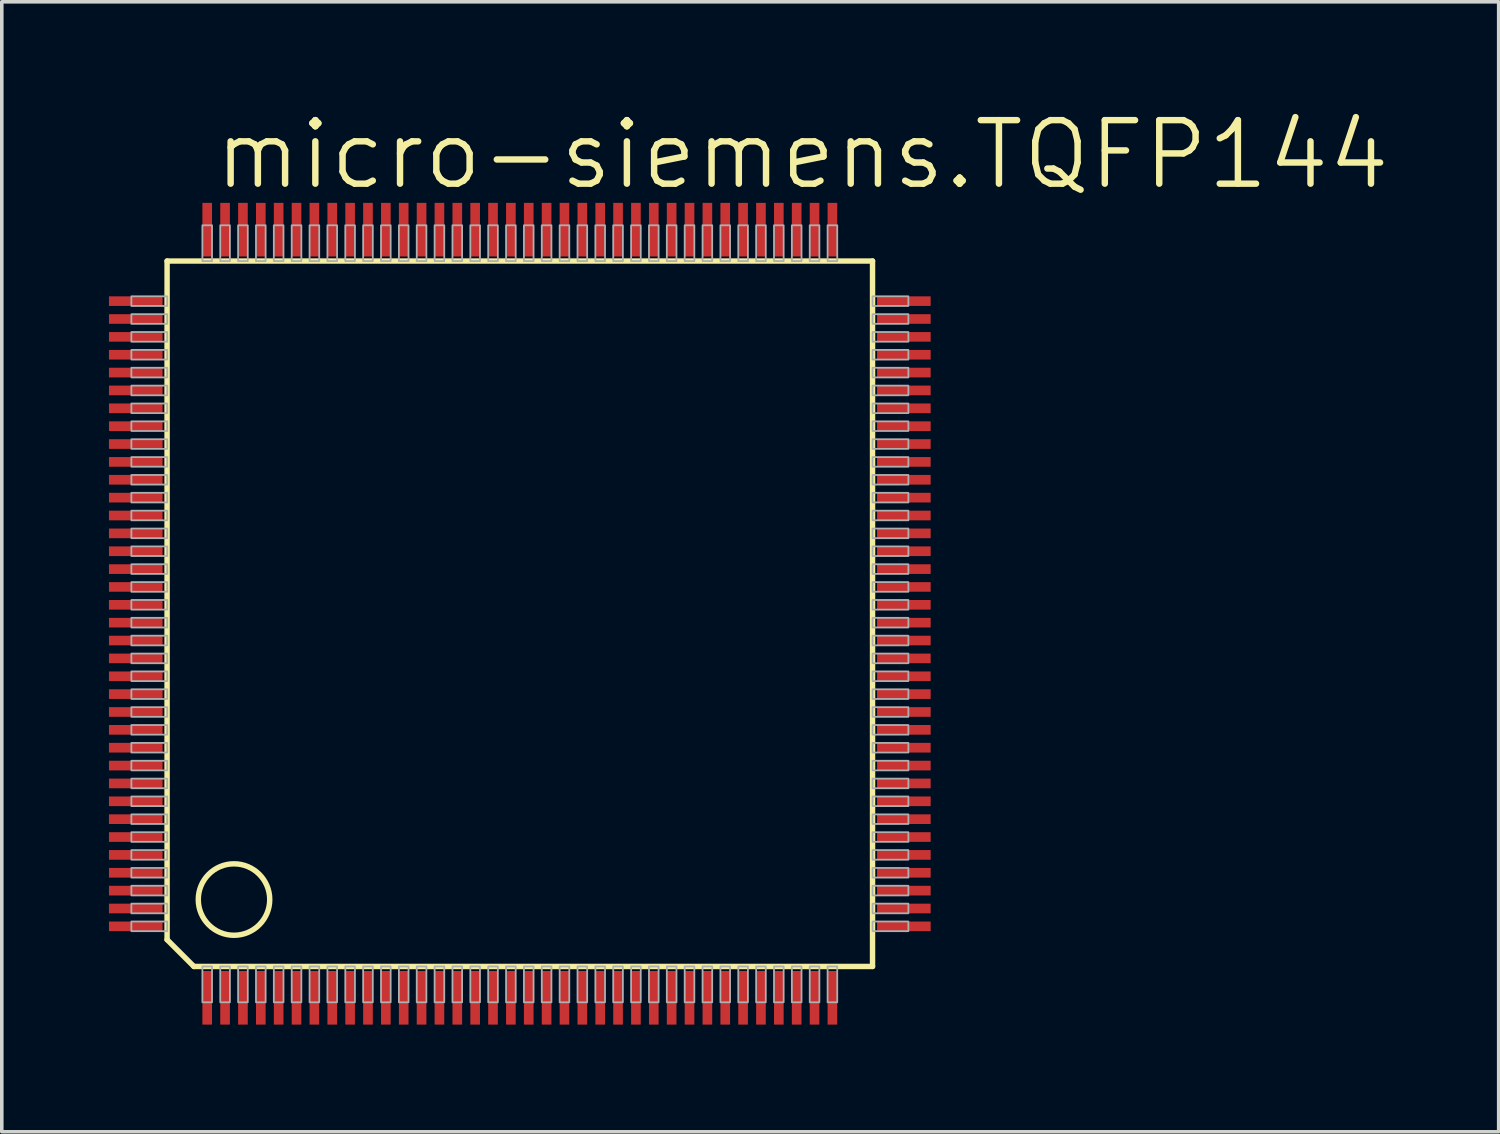
<source format=kicad_pcb>
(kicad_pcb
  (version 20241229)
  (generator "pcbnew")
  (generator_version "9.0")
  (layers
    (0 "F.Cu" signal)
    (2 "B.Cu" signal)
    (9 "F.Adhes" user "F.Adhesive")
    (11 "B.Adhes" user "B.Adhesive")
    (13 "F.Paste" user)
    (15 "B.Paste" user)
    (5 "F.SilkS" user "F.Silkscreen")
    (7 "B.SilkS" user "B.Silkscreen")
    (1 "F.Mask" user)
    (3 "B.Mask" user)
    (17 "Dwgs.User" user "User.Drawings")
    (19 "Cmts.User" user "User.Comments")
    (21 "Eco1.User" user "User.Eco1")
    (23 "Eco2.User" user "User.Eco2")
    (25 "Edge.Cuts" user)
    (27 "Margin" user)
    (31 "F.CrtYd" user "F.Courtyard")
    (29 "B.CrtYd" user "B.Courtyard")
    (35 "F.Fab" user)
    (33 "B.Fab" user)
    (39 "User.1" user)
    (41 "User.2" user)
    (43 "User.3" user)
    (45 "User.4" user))
  (footprint "micro-siemens.TQFP144"
    (layer "F.Cu")
    (at 11.5 14.129)
    (property "Reference" "micro-siemens.TQFP144" (at -8.636 -11.811 0) (layer "F.SilkS") (effects (font (size 1.778 1.778) (thickness 0.18)) (justify left bottom)))
    (attr smd)
    (fp_line (start -9.873 -9.873) (end 9.873 -9.873) (stroke (width 0.152) (type default)) (layer "F.SilkS"))
    (fp_line (start -9.873 9.123) (end -9.873 -9.873) (stroke (width 0.152) (type default)) (layer "F.SilkS"))
    (fp_line (start -9.123 9.873) (end -9.873 9.123) (stroke (width 0.152) (type default)) (layer "F.SilkS"))
    (fp_line (start 9.873 -9.873) (end 9.873 9.873) (stroke (width 0.152) (type default)) (layer "F.SilkS"))
    (fp_line (start 9.873 9.873) (end -9.123 9.873) (stroke (width 0.152) (type default)) (layer "F.SilkS"))
    (fp_circle (center -8 8) (end -7 8) (stroke (width 0.152) (type default)) (fill no) (layer "F.SilkS"))
    (fp_rect (start -10.873 -8.615) (end -9.87 -8.885) (stroke (width 0.05) (type default)) (fill no) (layer "F.Fab"))
    (fp_rect (start -10.873 -8.115) (end -9.87 -8.385) (stroke (width 0.05) (type default)) (fill no) (layer "F.Fab"))
    (fp_rect (start -10.873 -7.615) (end -9.87 -7.885) (stroke (width 0.05) (type default)) (fill no) (layer "F.Fab"))
    (fp_rect (start -10.873 -7.115) (end -9.87 -7.385) (stroke (width 0.05) (type default)) (fill no) (layer "F.Fab"))
    (fp_rect (start -10.873 -6.615) (end -9.87 -6.885) (stroke (width 0.05) (type default)) (fill no) (layer "F.Fab"))
    (fp_rect (start -10.873 -6.115) (end -9.87 -6.385) (stroke (width 0.05) (type default)) (fill no) (layer "F.Fab"))
    (fp_rect (start -10.873 -5.615) (end -9.87 -5.885) (stroke (width 0.05) (type default)) (fill no) (layer "F.Fab"))
    (fp_rect (start -10.873 -5.115) (end -9.87 -5.385) (stroke (width 0.05) (type default)) (fill no) (layer "F.Fab"))
    (fp_rect (start -10.873 -4.615) (end -9.87 -4.885) (stroke (width 0.05) (type default)) (fill no) (layer "F.Fab"))
    (fp_rect (start -10.873 -4.115) (end -9.87 -4.385) (stroke (width 0.05) (type default)) (fill no) (layer "F.Fab"))
    (fp_rect (start -10.873 -3.615) (end -9.87 -3.885) (stroke (width 0.05) (type default)) (fill no) (layer "F.Fab"))
    (fp_rect (start -10.873 -3.115) (end -9.87 -3.385) (stroke (width 0.05) (type default)) (fill no) (layer "F.Fab"))
    (fp_rect (start -10.873 -2.615) (end -9.87 -2.885) (stroke (width 0.05) (type default)) (fill no) (layer "F.Fab"))
    (fp_rect (start -10.873 -2.115) (end -9.87 -2.385) (stroke (width 0.05) (type default)) (fill no) (layer "F.Fab"))
    (fp_rect (start -10.873 -1.615) (end -9.87 -1.885) (stroke (width 0.05) (type default)) (fill no) (layer "F.Fab"))
    (fp_rect (start -10.873 -1.115) (end -9.87 -1.385) (stroke (width 0.05) (type default)) (fill no) (layer "F.Fab"))
    (fp_rect (start -10.873 -0.615) (end -9.87 -0.885) (stroke (width 0.05) (type default)) (fill no) (layer "F.Fab"))
    (fp_rect (start -10.873 -0.115) (end -9.87 -0.385) (stroke (width 0.05) (type default)) (fill no) (layer "F.Fab"))
    (fp_rect (start -10.873 0.385) (end -9.87 0.115) (stroke (width 0.05) (type default)) (fill no) (layer "F.Fab"))
    (fp_rect (start -10.873 0.885) (end -9.87 0.615) (stroke (width 0.05) (type default)) (fill no) (layer "F.Fab"))
    (fp_rect (start -10.873 1.385) (end -9.87 1.115) (stroke (width 0.05) (type default)) (fill no) (layer "F.Fab"))
    (fp_rect (start -10.873 1.885) (end -9.87 1.615) (stroke (width 0.05) (type default)) (fill no) (layer "F.Fab"))
    (fp_rect (start -10.873 2.385) (end -9.87 2.115) (stroke (width 0.05) (type default)) (fill no) (layer "F.Fab"))
    (fp_rect (start -10.873 2.885) (end -9.87 2.615) (stroke (width 0.05) (type default)) (fill no) (layer "F.Fab"))
    (fp_rect (start -10.873 3.385) (end -9.87 3.115) (stroke (width 0.05) (type default)) (fill no) (layer "F.Fab"))
    (fp_rect (start -10.873 3.885) (end -9.87 3.615) (stroke (width 0.05) (type default)) (fill no) (layer "F.Fab"))
    (fp_rect (start -10.873 4.385) (end -9.87 4.115) (stroke (width 0.05) (type default)) (fill no) (layer "F.Fab"))
    (fp_rect (start -10.873 4.885) (end -9.87 4.615) (stroke (width 0.05) (type default)) (fill no) (layer "F.Fab"))
    (fp_rect (start -10.873 5.385) (end -9.87 5.115) (stroke (width 0.05) (type default)) (fill no) (layer "F.Fab"))
    (fp_rect (start -10.873 5.885) (end -9.87 5.615) (stroke (width 0.05) (type default)) (fill no) (layer "F.Fab"))
    (fp_rect (start -10.873 6.385) (end -9.87 6.115) (stroke (width 0.05) (type default)) (fill no) (layer "F.Fab"))
    (fp_rect (start -10.873 6.885) (end -9.87 6.615) (stroke (width 0.05) (type default)) (fill no) (layer "F.Fab"))
    (fp_rect (start -10.873 7.385) (end -9.87 7.115) (stroke (width 0.05) (type default)) (fill no) (layer "F.Fab"))
    (fp_rect (start -10.873 7.885) (end -9.87 7.615) (stroke (width 0.05) (type default)) (fill no) (layer "F.Fab"))
    (fp_rect (start -10.873 8.385) (end -9.87 8.115) (stroke (width 0.05) (type default)) (fill no) (layer "F.Fab"))
    (fp_rect (start -10.873 8.885) (end -9.87 8.615) (stroke (width 0.05) (type default)) (fill no) (layer "F.Fab"))
    (fp_rect (start -8.885 -9.87) (end -8.615 -10.873) (stroke (width 0.05) (type default)) (fill no) (layer "F.Fab"))
    (fp_rect (start -8.885 10.876) (end -8.615 9.873) (stroke (width 0.05) (type default)) (fill no) (layer "F.Fab"))
    (fp_rect (start -8.385 -9.87) (end -8.115 -10.873) (stroke (width 0.05) (type default)) (fill no) (layer "F.Fab"))
    (fp_rect (start -8.385 10.876) (end -8.115 9.873) (stroke (width 0.05) (type default)) (fill no) (layer "F.Fab"))
    (fp_rect (start -7.885 -9.87) (end -7.615 -10.873) (stroke (width 0.05) (type default)) (fill no) (layer "F.Fab"))
    (fp_rect (start -7.885 10.876) (end -7.615 9.873) (stroke (width 0.05) (type default)) (fill no) (layer "F.Fab"))
    (fp_rect (start -7.385 -9.87) (end -7.115 -10.873) (stroke (width 0.05) (type default)) (fill no) (layer "F.Fab"))
    (fp_rect (start -7.385 10.876) (end -7.115 9.873) (stroke (width 0.05) (type default)) (fill no) (layer "F.Fab"))
    (fp_rect (start -6.885 -9.87) (end -6.615 -10.873) (stroke (width 0.05) (type default)) (fill no) (layer "F.Fab"))
    (fp_rect (start -6.885 10.876) (end -6.615 9.873) (stroke (width 0.05) (type default)) (fill no) (layer "F.Fab"))
    (fp_rect (start -6.385 -9.87) (end -6.115 -10.873) (stroke (width 0.05) (type default)) (fill no) (layer "F.Fab"))
    (fp_rect (start -6.385 10.876) (end -6.115 9.873) (stroke (width 0.05) (type default)) (fill no) (layer "F.Fab"))
    (fp_rect (start -5.885 -9.87) (end -5.615 -10.873) (stroke (width 0.05) (type default)) (fill no) (layer "F.Fab"))
    (fp_rect (start -5.885 10.876) (end -5.615 9.873) (stroke (width 0.05) (type default)) (fill no) (layer "F.Fab"))
    (fp_rect (start -5.385 -9.87) (end -5.115 -10.873) (stroke (width 0.05) (type default)) (fill no) (layer "F.Fab"))
    (fp_rect (start -5.385 10.876) (end -5.115 9.873) (stroke (width 0.05) (type default)) (fill no) (layer "F.Fab"))
    (fp_rect (start -4.885 -9.87) (end -4.615 -10.873) (stroke (width 0.05) (type default)) (fill no) (layer "F.Fab"))
    (fp_rect (start -4.885 10.876) (end -4.615 9.873) (stroke (width 0.05) (type default)) (fill no) (layer "F.Fab"))
    (fp_rect (start -4.385 -9.87) (end -4.115 -10.873) (stroke (width 0.05) (type default)) (fill no) (layer "F.Fab"))
    (fp_rect (start -4.385 10.876) (end -4.115 9.873) (stroke (width 0.05) (type default)) (fill no) (layer "F.Fab"))
    (fp_rect (start -3.885 -9.87) (end -3.615 -10.873) (stroke (width 0.05) (type default)) (fill no) (layer "F.Fab"))
    (fp_rect (start -3.885 10.876) (end -3.615 9.873) (stroke (width 0.05) (type default)) (fill no) (layer "F.Fab"))
    (fp_rect (start -3.385 -9.87) (end -3.115 -10.873) (stroke (width 0.05) (type default)) (fill no) (layer "F.Fab"))
    (fp_rect (start -3.385 10.876) (end -3.115 9.873) (stroke (width 0.05) (type default)) (fill no) (layer "F.Fab"))
    (fp_rect (start -2.885 -9.87) (end -2.615 -10.873) (stroke (width 0.05) (type default)) (fill no) (layer "F.Fab"))
    (fp_rect (start -2.885 10.876) (end -2.615 9.873) (stroke (width 0.05) (type default)) (fill no) (layer "F.Fab"))
    (fp_rect (start -2.385 -9.87) (end -2.115 -10.873) (stroke (width 0.05) (type default)) (fill no) (layer "F.Fab"))
    (fp_rect (start -2.385 10.876) (end -2.115 9.873) (stroke (width 0.05) (type default)) (fill no) (layer "F.Fab"))
    (fp_rect (start -1.885 -9.87) (end -1.615 -10.873) (stroke (width 0.05) (type default)) (fill no) (layer "F.Fab"))
    (fp_rect (start -1.885 10.876) (end -1.615 9.873) (stroke (width 0.05) (type default)) (fill no) (layer "F.Fab"))
    (fp_rect (start -1.385 -9.87) (end -1.115 -10.873) (stroke (width 0.05) (type default)) (fill no) (layer "F.Fab"))
    (fp_rect (start -1.385 10.876) (end -1.115 9.873) (stroke (width 0.05) (type default)) (fill no) (layer "F.Fab"))
    (fp_rect (start -0.885 -9.87) (end -0.615 -10.873) (stroke (width 0.05) (type default)) (fill no) (layer "F.Fab"))
    (fp_rect (start -0.885 10.876) (end -0.615 9.873) (stroke (width 0.05) (type default)) (fill no) (layer "F.Fab"))
    (fp_rect (start -0.385 -9.87) (end -0.115 -10.873) (stroke (width 0.05) (type default)) (fill no) (layer "F.Fab"))
    (fp_rect (start -0.385 10.876) (end -0.115 9.873) (stroke (width 0.05) (type default)) (fill no) (layer "F.Fab"))
    (fp_rect (start 0.115 -9.87) (end 0.385 -10.873) (stroke (width 0.05) (type default)) (fill no) (layer "F.Fab"))
    (fp_rect (start 0.115 10.876) (end 0.385 9.873) (stroke (width 0.05) (type default)) (fill no) (layer "F.Fab"))
    (fp_rect (start 0.615 -9.87) (end 0.885 -10.873) (stroke (width 0.05) (type default)) (fill no) (layer "F.Fab"))
    (fp_rect (start 0.615 10.876) (end 0.885 9.873) (stroke (width 0.05) (type default)) (fill no) (layer "F.Fab"))
    (fp_rect (start 1.115 -9.87) (end 1.385 -10.873) (stroke (width 0.05) (type default)) (fill no) (layer "F.Fab"))
    (fp_rect (start 1.115 10.876) (end 1.385 9.873) (stroke (width 0.05) (type default)) (fill no) (layer "F.Fab"))
    (fp_rect (start 1.615 -9.87) (end 1.885 -10.873) (stroke (width 0.05) (type default)) (fill no) (layer "F.Fab"))
    (fp_rect (start 1.615 10.876) (end 1.885 9.873) (stroke (width 0.05) (type default)) (fill no) (layer "F.Fab"))
    (fp_rect (start 2.115 -9.87) (end 2.385 -10.873) (stroke (width 0.05) (type default)) (fill no) (layer "F.Fab"))
    (fp_rect (start 2.115 10.876) (end 2.385 9.873) (stroke (width 0.05) (type default)) (fill no) (layer "F.Fab"))
    (fp_rect (start 2.615 -9.87) (end 2.885 -10.873) (stroke (width 0.05) (type default)) (fill no) (layer "F.Fab"))
    (fp_rect (start 2.615 10.876) (end 2.885 9.873) (stroke (width 0.05) (type default)) (fill no) (layer "F.Fab"))
    (fp_rect (start 3.115 -9.87) (end 3.385 -10.873) (stroke (width 0.05) (type default)) (fill no) (layer "F.Fab"))
    (fp_rect (start 3.115 10.876) (end 3.385 9.873) (stroke (width 0.05) (type default)) (fill no) (layer "F.Fab"))
    (fp_rect (start 3.615 -9.87) (end 3.885 -10.873) (stroke (width 0.05) (type default)) (fill no) (layer "F.Fab"))
    (fp_rect (start 3.615 10.876) (end 3.885 9.873) (stroke (width 0.05) (type default)) (fill no) (layer "F.Fab"))
    (fp_rect (start 4.115 -9.87) (end 4.385 -10.873) (stroke (width 0.05) (type default)) (fill no) (layer "F.Fab"))
    (fp_rect (start 4.115 10.876) (end 4.385 9.873) (stroke (width 0.05) (type default)) (fill no) (layer "F.Fab"))
    (fp_rect (start 4.615 -9.87) (end 4.885 -10.873) (stroke (width 0.05) (type default)) (fill no) (layer "F.Fab"))
    (fp_rect (start 4.615 10.876) (end 4.885 9.873) (stroke (width 0.05) (type default)) (fill no) (layer "F.Fab"))
    (fp_rect (start 5.115 -9.87) (end 5.385 -10.873) (stroke (width 0.05) (type default)) (fill no) (layer "F.Fab"))
    (fp_rect (start 5.115 10.876) (end 5.385 9.873) (stroke (width 0.05) (type default)) (fill no) (layer "F.Fab"))
    (fp_rect (start 5.615 -9.87) (end 5.885 -10.873) (stroke (width 0.05) (type default)) (fill no) (layer "F.Fab"))
    (fp_rect (start 5.615 10.876) (end 5.885 9.873) (stroke (width 0.05) (type default)) (fill no) (layer "F.Fab"))
    (fp_rect (start 6.115 -9.87) (end 6.385 -10.873) (stroke (width 0.05) (type default)) (fill no) (layer "F.Fab"))
    (fp_rect (start 6.115 10.876) (end 6.385 9.873) (stroke (width 0.05) (type default)) (fill no) (layer "F.Fab"))
    (fp_rect (start 6.615 -9.87) (end 6.885 -10.873) (stroke (width 0.05) (type default)) (fill no) (layer "F.Fab"))
    (fp_rect (start 6.615 10.876) (end 6.885 9.873) (stroke (width 0.05) (type default)) (fill no) (layer "F.Fab"))
    (fp_rect (start 7.115 -9.87) (end 7.385 -10.873) (stroke (width 0.05) (type default)) (fill no) (layer "F.Fab"))
    (fp_rect (start 7.115 10.876) (end 7.385 9.873) (stroke (width 0.05) (type default)) (fill no) (layer "F.Fab"))
    (fp_rect (start 7.615 -9.87) (end 7.885 -10.873) (stroke (width 0.05) (type default)) (fill no) (layer "F.Fab"))
    (fp_rect (start 7.615 10.876) (end 7.885 9.873) (stroke (width 0.05) (type default)) (fill no) (layer "F.Fab"))
    (fp_rect (start 8.115 -9.87) (end 8.385 -10.873) (stroke (width 0.05) (type default)) (fill no) (layer "F.Fab"))
    (fp_rect (start 8.115 10.876) (end 8.385 9.873) (stroke (width 0.05) (type default)) (fill no) (layer "F.Fab"))
    (fp_rect (start 8.615 -9.87) (end 8.885 -10.873) (stroke (width 0.05) (type default)) (fill no) (layer "F.Fab"))
    (fp_rect (start 8.615 10.876) (end 8.885 9.873) (stroke (width 0.05) (type default)) (fill no) (layer "F.Fab"))
    (fp_rect (start 9.873 -8.615) (end 10.876 -8.885) (stroke (width 0.05) (type default)) (fill no) (layer "F.Fab"))
    (fp_rect (start 9.873 -8.115) (end 10.876 -8.385) (stroke (width 0.05) (type default)) (fill no) (layer "F.Fab"))
    (fp_rect (start 9.873 -7.615) (end 10.876 -7.885) (stroke (width 0.05) (type default)) (fill no) (layer "F.Fab"))
    (fp_rect (start 9.873 -7.115) (end 10.876 -7.385) (stroke (width 0.05) (type default)) (fill no) (layer "F.Fab"))
    (fp_rect (start 9.873 -6.615) (end 10.876 -6.885) (stroke (width 0.05) (type default)) (fill no) (layer "F.Fab"))
    (fp_rect (start 9.873 -6.115) (end 10.876 -6.385) (stroke (width 0.05) (type default)) (fill no) (layer "F.Fab"))
    (fp_rect (start 9.873 -5.615) (end 10.876 -5.885) (stroke (width 0.05) (type default)) (fill no) (layer "F.Fab"))
    (fp_rect (start 9.873 -5.115) (end 10.876 -5.385) (stroke (width 0.05) (type default)) (fill no) (layer "F.Fab"))
    (fp_rect (start 9.873 -4.615) (end 10.876 -4.885) (stroke (width 0.05) (type default)) (fill no) (layer "F.Fab"))
    (fp_rect (start 9.873 -4.115) (end 10.876 -4.385) (stroke (width 0.05) (type default)) (fill no) (layer "F.Fab"))
    (fp_rect (start 9.873 -3.615) (end 10.876 -3.885) (stroke (width 0.05) (type default)) (fill no) (layer "F.Fab"))
    (fp_rect (start 9.873 -3.115) (end 10.876 -3.385) (stroke (width 0.05) (type default)) (fill no) (layer "F.Fab"))
    (fp_rect (start 9.873 -2.615) (end 10.876 -2.885) (stroke (width 0.05) (type default)) (fill no) (layer "F.Fab"))
    (fp_rect (start 9.873 -2.115) (end 10.876 -2.385) (stroke (width 0.05) (type default)) (fill no) (layer "F.Fab"))
    (fp_rect (start 9.873 -1.615) (end 10.876 -1.885) (stroke (width 0.05) (type default)) (fill no) (layer "F.Fab"))
    (fp_rect (start 9.873 -1.115) (end 10.876 -1.385) (stroke (width 0.05) (type default)) (fill no) (layer "F.Fab"))
    (fp_rect (start 9.873 -0.615) (end 10.876 -0.885) (stroke (width 0.05) (type default)) (fill no) (layer "F.Fab"))
    (fp_rect (start 9.873 -0.115) (end 10.876 -0.385) (stroke (width 0.05) (type default)) (fill no) (layer "F.Fab"))
    (fp_rect (start 9.873 0.385) (end 10.876 0.115) (stroke (width 0.05) (type default)) (fill no) (layer "F.Fab"))
    (fp_rect (start 9.873 0.885) (end 10.876 0.615) (stroke (width 0.05) (type default)) (fill no) (layer "F.Fab"))
    (fp_rect (start 9.873 1.385) (end 10.876 1.115) (stroke (width 0.05) (type default)) (fill no) (layer "F.Fab"))
    (fp_rect (start 9.873 1.885) (end 10.876 1.615) (stroke (width 0.05) (type default)) (fill no) (layer "F.Fab"))
    (fp_rect (start 9.873 2.385) (end 10.876 2.115) (stroke (width 0.05) (type default)) (fill no) (layer "F.Fab"))
    (fp_rect (start 9.873 2.885) (end 10.876 2.615) (stroke (width 0.05) (type default)) (fill no) (layer "F.Fab"))
    (fp_rect (start 9.873 3.385) (end 10.876 3.115) (stroke (width 0.05) (type default)) (fill no) (layer "F.Fab"))
    (fp_rect (start 9.873 3.885) (end 10.876 3.615) (stroke (width 0.05) (type default)) (fill no) (layer "F.Fab"))
    (fp_rect (start 9.873 4.385) (end 10.876 4.115) (stroke (width 0.05) (type default)) (fill no) (layer "F.Fab"))
    (fp_rect (start 9.873 4.885) (end 10.876 4.615) (stroke (width 0.05) (type default)) (fill no) (layer "F.Fab"))
    (fp_rect (start 9.873 5.385) (end 10.876 5.115) (stroke (width 0.05) (type default)) (fill no) (layer "F.Fab"))
    (fp_rect (start 9.873 5.885) (end 10.876 5.615) (stroke (width 0.05) (type default)) (fill no) (layer "F.Fab"))
    (fp_rect (start 9.873 6.385) (end 10.876 6.115) (stroke (width 0.05) (type default)) (fill no) (layer "F.Fab"))
    (fp_rect (start 9.873 6.885) (end 10.876 6.615) (stroke (width 0.05) (type default)) (fill no) (layer "F.Fab"))
    (fp_rect (start 9.873 7.385) (end 10.876 7.115) (stroke (width 0.05) (type default)) (fill no) (layer "F.Fab"))
    (fp_rect (start 9.873 7.885) (end 10.876 7.615) (stroke (width 0.05) (type default)) (fill no) (layer "F.Fab"))
    (fp_rect (start 9.873 8.385) (end 10.876 8.115) (stroke (width 0.05) (type default)) (fill no) (layer "F.Fab"))
    (fp_rect (start 9.873 8.885) (end 10.876 8.615) (stroke (width 0.05) (type default)) (fill no) (layer "F.Fab"))
    (pad "1" smd roundrect (at -8.75 10.75) (size 0.27 1.5) (layers "F.Cu" "F.Mask" "F.Paste") (roundrect_rratio 0.01))
    (pad "2" smd roundrect (at -8.25 10.75) (size 0.27 1.5) (layers "F.Cu" "F.Mask" "F.Paste") (roundrect_rratio 0.01))
    (pad "3" smd roundrect (at -7.75 10.75) (size 0.27 1.5) (layers "F.Cu" "F.Mask" "F.Paste") (roundrect_rratio 0.01))
    (pad "4" smd roundrect (at -7.25 10.75) (size 0.27 1.5) (layers "F.Cu" "F.Mask" "F.Paste") (roundrect_rratio 0.01))
    (pad "5" smd roundrect (at -6.75 10.75) (size 0.27 1.5) (layers "F.Cu" "F.Mask" "F.Paste") (roundrect_rratio 0.01))
    (pad "6" smd roundrect (at -6.25 10.75) (size 0.27 1.5) (layers "F.Cu" "F.Mask" "F.Paste") (roundrect_rratio 0.01))
    (pad "7" smd roundrect (at -5.75 10.75) (size 0.27 1.5) (layers "F.Cu" "F.Mask" "F.Paste") (roundrect_rratio 0.01))
    (pad "8" smd roundrect (at -5.25 10.75) (size 0.27 1.5) (layers "F.Cu" "F.Mask" "F.Paste") (roundrect_rratio 0.01))
    (pad "9" smd roundrect (at -4.75 10.75) (size 0.27 1.5) (layers "F.Cu" "F.Mask" "F.Paste") (roundrect_rratio 0.01))
    (pad "10" smd roundrect (at -4.25 10.75) (size 0.27 1.5) (layers "F.Cu" "F.Mask" "F.Paste") (roundrect_rratio 0.01))
    (pad "11" smd roundrect (at -3.75 10.75) (size 0.27 1.5) (layers "F.Cu" "F.Mask" "F.Paste") (roundrect_rratio 0.01))
    (pad "12" smd roundrect (at -3.25 10.75) (size 0.27 1.5) (layers "F.Cu" "F.Mask" "F.Paste") (roundrect_rratio 0.01))
    (pad "13" smd roundrect (at -2.75 10.75) (size 0.27 1.5) (layers "F.Cu" "F.Mask" "F.Paste") (roundrect_rratio 0.01))
    (pad "14" smd roundrect (at -2.25 10.75) (size 0.27 1.5) (layers "F.Cu" "F.Mask" "F.Paste") (roundrect_rratio 0.01))
    (pad "15" smd roundrect (at -1.75 10.75) (size 0.27 1.5) (layers "F.Cu" "F.Mask" "F.Paste") (roundrect_rratio 0.01))
    (pad "16" smd roundrect (at -1.25 10.75) (size 0.27 1.5) (layers "F.Cu" "F.Mask" "F.Paste") (roundrect_rratio 0.01))
    (pad "17" smd roundrect (at -0.75 10.75) (size 0.27 1.5) (layers "F.Cu" "F.Mask" "F.Paste") (roundrect_rratio 0.01))
    (pad "18" smd roundrect (at -0.25 10.75) (size 0.27 1.5) (layers "F.Cu" "F.Mask" "F.Paste") (roundrect_rratio 0.01))
    (pad "19" smd roundrect (at 0.25 10.75) (size 0.27 1.5) (layers "F.Cu" "F.Mask" "F.Paste") (roundrect_rratio 0.01))
    (pad "20" smd roundrect (at 0.75 10.75) (size 0.27 1.5) (layers "F.Cu" "F.Mask" "F.Paste") (roundrect_rratio 0.01))
    (pad "21" smd roundrect (at 1.25 10.75) (size 0.27 1.5) (layers "F.Cu" "F.Mask" "F.Paste") (roundrect_rratio 0.01))
    (pad "22" smd roundrect (at 1.75 10.75) (size 0.27 1.5) (layers "F.Cu" "F.Mask" "F.Paste") (roundrect_rratio 0.01))
    (pad "23" smd roundrect (at 2.25 10.75) (size 0.27 1.5) (layers "F.Cu" "F.Mask" "F.Paste") (roundrect_rratio 0.01))
    (pad "24" smd roundrect (at 2.75 10.75) (size 0.27 1.5) (layers "F.Cu" "F.Mask" "F.Paste") (roundrect_rratio 0.01))
    (pad "25" smd roundrect (at 3.25 10.75) (size 0.27 1.5) (layers "F.Cu" "F.Mask" "F.Paste") (roundrect_rratio 0.01))
    (pad "26" smd roundrect (at 3.75 10.75) (size 0.27 1.5) (layers "F.Cu" "F.Mask" "F.Paste") (roundrect_rratio 0.01))
    (pad "27" smd roundrect (at 4.25 10.75) (size 0.27 1.5) (layers "F.Cu" "F.Mask" "F.Paste") (roundrect_rratio 0.01))
    (pad "28" smd roundrect (at 4.75 10.75) (size 0.27 1.5) (layers "F.Cu" "F.Mask" "F.Paste") (roundrect_rratio 0.01))
    (pad "29" smd roundrect (at 5.25 10.75) (size 0.27 1.5) (layers "F.Cu" "F.Mask" "F.Paste") (roundrect_rratio 0.01))
    (pad "30" smd roundrect (at 5.75 10.75) (size 0.27 1.5) (layers "F.Cu" "F.Mask" "F.Paste") (roundrect_rratio 0.01))
    (pad "31" smd roundrect (at 6.25 10.75) (size 0.27 1.5) (layers "F.Cu" "F.Mask" "F.Paste") (roundrect_rratio 0.01))
    (pad "32" smd roundrect (at 6.75 10.75) (size 0.27 1.5) (layers "F.Cu" "F.Mask" "F.Paste") (roundrect_rratio 0.01))
    (pad "33" smd roundrect (at 7.25 10.75) (size 0.27 1.5) (layers "F.Cu" "F.Mask" "F.Paste") (roundrect_rratio 0.01))
    (pad "34" smd roundrect (at 7.75 10.75) (size 0.27 1.5) (layers "F.Cu" "F.Mask" "F.Paste") (roundrect_rratio 0.01))
    (pad "35" smd roundrect (at 8.25 10.75) (size 0.27 1.5) (layers "F.Cu" "F.Mask" "F.Paste") (roundrect_rratio 0.01))
    (pad "36" smd roundrect (at 8.75 10.75) (size 0.27 1.5) (layers "F.Cu" "F.Mask" "F.Paste") (roundrect_rratio 0.01))
    (pad "37" smd roundrect (at 10.75 8.75) (size 1.5 0.27) (layers "F.Cu" "F.Mask" "F.Paste") (roundrect_rratio 0.01))
    (pad "38" smd roundrect (at 10.75 8.25) (size 1.5 0.27) (layers "F.Cu" "F.Mask" "F.Paste") (roundrect_rratio 0.01))
    (pad "39" smd roundrect (at 10.75 7.75) (size 1.5 0.27) (layers "F.Cu" "F.Mask" "F.Paste") (roundrect_rratio 0.01))
    (pad "40" smd roundrect (at 10.75 7.25) (size 1.5 0.27) (layers "F.Cu" "F.Mask" "F.Paste") (roundrect_rratio 0.01))
    (pad "41" smd roundrect (at 10.75 6.75) (size 1.5 0.27) (layers "F.Cu" "F.Mask" "F.Paste") (roundrect_rratio 0.01))
    (pad "42" smd roundrect (at 10.75 6.25) (size 1.5 0.27) (layers "F.Cu" "F.Mask" "F.Paste") (roundrect_rratio 0.01))
    (pad "43" smd roundrect (at 10.75 5.75) (size 1.5 0.27) (layers "F.Cu" "F.Mask" "F.Paste") (roundrect_rratio 0.01))
    (pad "44" smd roundrect (at 10.75 5.25) (size 1.5 0.27) (layers "F.Cu" "F.Mask" "F.Paste") (roundrect_rratio 0.01))
    (pad "45" smd roundrect (at 10.75 4.75) (size 1.5 0.27) (layers "F.Cu" "F.Mask" "F.Paste") (roundrect_rratio 0.01))
    (pad "46" smd roundrect (at 10.75 4.25) (size 1.5 0.27) (layers "F.Cu" "F.Mask" "F.Paste") (roundrect_rratio 0.01))
    (pad "47" smd roundrect (at 10.75 3.75) (size 1.5 0.27) (layers "F.Cu" "F.Mask" "F.Paste") (roundrect_rratio 0.01))
    (pad "48" smd roundrect (at 10.75 3.25) (size 1.5 0.27) (layers "F.Cu" "F.Mask" "F.Paste") (roundrect_rratio 0.01))
    (pad "49" smd roundrect (at 10.75 2.75) (size 1.5 0.27) (layers "F.Cu" "F.Mask" "F.Paste") (roundrect_rratio 0.01))
    (pad "50" smd roundrect (at 10.75 2.25) (size 1.5 0.27) (layers "F.Cu" "F.Mask" "F.Paste") (roundrect_rratio 0.01))
    (pad "51" smd roundrect (at 10.75 1.75) (size 1.5 0.27) (layers "F.Cu" "F.Mask" "F.Paste") (roundrect_rratio 0.01))
    (pad "52" smd roundrect (at 10.75 1.25) (size 1.5 0.27) (layers "F.Cu" "F.Mask" "F.Paste") (roundrect_rratio 0.01))
    (pad "53" smd roundrect (at 10.75 0.75) (size 1.5 0.27) (layers "F.Cu" "F.Mask" "F.Paste") (roundrect_rratio 0.01))
    (pad "54" smd roundrect (at 10.75 0.25) (size 1.5 0.27) (layers "F.Cu" "F.Mask" "F.Paste") (roundrect_rratio 0.01))
    (pad "55" smd roundrect (at 10.75 -0.25) (size 1.5 0.27) (layers "F.Cu" "F.Mask" "F.Paste") (roundrect_rratio 0.01))
    (pad "56" smd roundrect (at 10.75 -0.75) (size 1.5 0.27) (layers "F.Cu" "F.Mask" "F.Paste") (roundrect_rratio 0.01))
    (pad "57" smd roundrect (at 10.75 -1.25) (size 1.5 0.27) (layers "F.Cu" "F.Mask" "F.Paste") (roundrect_rratio 0.01))
    (pad "58" smd roundrect (at 10.75 -1.75) (size 1.5 0.27) (layers "F.Cu" "F.Mask" "F.Paste") (roundrect_rratio 0.01))
    (pad "59" smd roundrect (at 10.75 -2.25) (size 1.5 0.27) (layers "F.Cu" "F.Mask" "F.Paste") (roundrect_rratio 0.01))
    (pad "60" smd roundrect (at 10.75 -2.75) (size 1.5 0.27) (layers "F.Cu" "F.Mask" "F.Paste") (roundrect_rratio 0.01))
    (pad "61" smd roundrect (at 10.75 -3.25) (size 1.5 0.27) (layers "F.Cu" "F.Mask" "F.Paste") (roundrect_rratio 0.01))
    (pad "62" smd roundrect (at 10.75 -3.75) (size 1.5 0.27) (layers "F.Cu" "F.Mask" "F.Paste") (roundrect_rratio 0.01))
    (pad "63" smd roundrect (at 10.75 -4.25) (size 1.5 0.27) (layers "F.Cu" "F.Mask" "F.Paste") (roundrect_rratio 0.01))
    (pad "64" smd roundrect (at 10.75 -4.75) (size 1.5 0.27) (layers "F.Cu" "F.Mask" "F.Paste") (roundrect_rratio 0.01))
    (pad "65" smd roundrect (at 10.75 -5.25) (size 1.5 0.27) (layers "F.Cu" "F.Mask" "F.Paste") (roundrect_rratio 0.01))
    (pad "66" smd roundrect (at 10.75 -5.75) (size 1.5 0.27) (layers "F.Cu" "F.Mask" "F.Paste") (roundrect_rratio 0.01))
    (pad "67" smd roundrect (at 10.75 -6.25) (size 1.5 0.27) (layers "F.Cu" "F.Mask" "F.Paste") (roundrect_rratio 0.01))
    (pad "68" smd roundrect (at 10.75 -6.75) (size 1.5 0.27) (layers "F.Cu" "F.Mask" "F.Paste") (roundrect_rratio 0.01))
    (pad "69" smd roundrect (at 10.75 -7.25) (size 1.5 0.27) (layers "F.Cu" "F.Mask" "F.Paste") (roundrect_rratio 0.01))
    (pad "70" smd roundrect (at 10.75 -7.75) (size 1.5 0.27) (layers "F.Cu" "F.Mask" "F.Paste") (roundrect_rratio 0.01))
    (pad "71" smd roundrect (at 10.75 -8.25) (size 1.5 0.27) (layers "F.Cu" "F.Mask" "F.Paste") (roundrect_rratio 0.01))
    (pad "72" smd roundrect (at 10.75 -8.75) (size 1.5 0.27) (layers "F.Cu" "F.Mask" "F.Paste") (roundrect_rratio 0.01))
    (pad "73" smd roundrect (at 8.75 -10.75) (size 0.27 1.5) (layers "F.Cu" "F.Mask" "F.Paste") (roundrect_rratio 0.01))
    (pad "74" smd roundrect (at 8.25 -10.75) (size 0.27 1.5) (layers "F.Cu" "F.Mask" "F.Paste") (roundrect_rratio 0.01))
    (pad "75" smd roundrect (at 7.75 -10.75) (size 0.27 1.5) (layers "F.Cu" "F.Mask" "F.Paste") (roundrect_rratio 0.01))
    (pad "76" smd roundrect (at 7.25 -10.75) (size 0.27 1.5) (layers "F.Cu" "F.Mask" "F.Paste") (roundrect_rratio 0.01))
    (pad "77" smd roundrect (at 6.75 -10.75) (size 0.27 1.5) (layers "F.Cu" "F.Mask" "F.Paste") (roundrect_rratio 0.01))
    (pad "78" smd roundrect (at 6.25 -10.75) (size 0.27 1.5) (layers "F.Cu" "F.Mask" "F.Paste") (roundrect_rratio 0.01))
    (pad "79" smd roundrect (at 5.75 -10.75) (size 0.27 1.5) (layers "F.Cu" "F.Mask" "F.Paste") (roundrect_rratio 0.01))
    (pad "80" smd roundrect (at 5.25 -10.75) (size 0.27 1.5) (layers "F.Cu" "F.Mask" "F.Paste") (roundrect_rratio 0.01))
    (pad "81" smd roundrect (at 4.75 -10.75) (size 0.27 1.5) (layers "F.Cu" "F.Mask" "F.Paste") (roundrect_rratio 0.01))
    (pad "82" smd roundrect (at 4.25 -10.75) (size 0.27 1.5) (layers "F.Cu" "F.Mask" "F.Paste") (roundrect_rratio 0.01))
    (pad "83" smd roundrect (at 3.75 -10.75) (size 0.27 1.5) (layers "F.Cu" "F.Mask" "F.Paste") (roundrect_rratio 0.01))
    (pad "84" smd roundrect (at 3.25 -10.75) (size 0.27 1.5) (layers "F.Cu" "F.Mask" "F.Paste") (roundrect_rratio 0.01))
    (pad "85" smd roundrect (at 2.75 -10.75) (size 0.27 1.5) (layers "F.Cu" "F.Mask" "F.Paste") (roundrect_rratio 0.01))
    (pad "86" smd roundrect (at 2.25 -10.75) (size 0.27 1.5) (layers "F.Cu" "F.Mask" "F.Paste") (roundrect_rratio 0.01))
    (pad "87" smd roundrect (at 1.75 -10.75) (size 0.27 1.5) (layers "F.Cu" "F.Mask" "F.Paste") (roundrect_rratio 0.01))
    (pad "88" smd roundrect (at 1.25 -10.75) (size 0.27 1.5) (layers "F.Cu" "F.Mask" "F.Paste") (roundrect_rratio 0.01))
    (pad "89" smd roundrect (at 0.75 -10.75) (size 0.27 1.5) (layers "F.Cu" "F.Mask" "F.Paste") (roundrect_rratio 0.01))
    (pad "90" smd roundrect (at 0.25 -10.75) (size 0.27 1.5) (layers "F.Cu" "F.Mask" "F.Paste") (roundrect_rratio 0.01))
    (pad "91" smd roundrect (at -0.25 -10.75) (size 0.27 1.5) (layers "F.Cu" "F.Mask" "F.Paste") (roundrect_rratio 0.01))
    (pad "92" smd roundrect (at -0.75 -10.75) (size 0.27 1.5) (layers "F.Cu" "F.Mask" "F.Paste") (roundrect_rratio 0.01))
    (pad "93" smd roundrect (at -1.25 -10.75) (size 0.27 1.5) (layers "F.Cu" "F.Mask" "F.Paste") (roundrect_rratio 0.01))
    (pad "94" smd roundrect (at -1.75 -10.75) (size 0.27 1.5) (layers "F.Cu" "F.Mask" "F.Paste") (roundrect_rratio 0.01))
    (pad "95" smd roundrect (at -2.25 -10.75) (size 0.27 1.5) (layers "F.Cu" "F.Mask" "F.Paste") (roundrect_rratio 0.01))
    (pad "96" smd roundrect (at -2.75 -10.75) (size 0.27 1.5) (layers "F.Cu" "F.Mask" "F.Paste") (roundrect_rratio 0.01))
    (pad "97" smd roundrect (at -3.25 -10.75) (size 0.27 1.5) (layers "F.Cu" "F.Mask" "F.Paste") (roundrect_rratio 0.01))
    (pad "98" smd roundrect (at -3.75 -10.75) (size 0.27 1.5) (layers "F.Cu" "F.Mask" "F.Paste") (roundrect_rratio 0.01))
    (pad "99" smd roundrect (at -4.25 -10.75) (size 0.27 1.5) (layers "F.Cu" "F.Mask" "F.Paste") (roundrect_rratio 0.01))
    (pad "100" smd roundrect (at -4.75 -10.75) (size 0.27 1.5) (layers "F.Cu" "F.Mask" "F.Paste") (roundrect_rratio 0.01))
    (pad "101" smd roundrect (at -5.25 -10.75) (size 0.27 1.5) (layers "F.Cu" "F.Mask" "F.Paste") (roundrect_rratio 0.01))
    (pad "102" smd roundrect (at -5.75 -10.75) (size 0.27 1.5) (layers "F.Cu" "F.Mask" "F.Paste") (roundrect_rratio 0.01))
    (pad "103" smd roundrect (at -6.25 -10.75) (size 0.27 1.5) (layers "F.Cu" "F.Mask" "F.Paste") (roundrect_rratio 0.01))
    (pad "104" smd roundrect (at -6.75 -10.75) (size 0.27 1.5) (layers "F.Cu" "F.Mask" "F.Paste") (roundrect_rratio 0.01))
    (pad "105" smd roundrect (at -7.25 -10.75) (size 0.27 1.5) (layers "F.Cu" "F.Mask" "F.Paste") (roundrect_rratio 0.01))
    (pad "106" smd roundrect (at -7.75 -10.75) (size 0.27 1.5) (layers "F.Cu" "F.Mask" "F.Paste") (roundrect_rratio 0.01))
    (pad "107" smd roundrect (at -8.25 -10.75) (size 0.27 1.5) (layers "F.Cu" "F.Mask" "F.Paste") (roundrect_rratio 0.01))
    (pad "108" smd roundrect (at -8.75 -10.75) (size 0.27 1.5) (layers "F.Cu" "F.Mask" "F.Paste") (roundrect_rratio 0.01))
    (pad "109" smd roundrect (at -10.75 -8.75) (size 1.5 0.27) (layers "F.Cu" "F.Mask" "F.Paste") (roundrect_rratio 0.01))
    (pad "110" smd roundrect (at -10.75 -8.25) (size 1.5 0.27) (layers "F.Cu" "F.Mask" "F.Paste") (roundrect_rratio 0.01))
    (pad "111" smd roundrect (at -10.75 -7.75) (size 1.5 0.27) (layers "F.Cu" "F.Mask" "F.Paste") (roundrect_rratio 0.01))
    (pad "112" smd roundrect (at -10.75 -7.25) (size 1.5 0.27) (layers "F.Cu" "F.Mask" "F.Paste") (roundrect_rratio 0.01))
    (pad "113" smd roundrect (at -10.75 -6.75) (size 1.5 0.27) (layers "F.Cu" "F.Mask" "F.Paste") (roundrect_rratio 0.01))
    (pad "114" smd roundrect (at -10.75 -6.25) (size 1.5 0.27) (layers "F.Cu" "F.Mask" "F.Paste") (roundrect_rratio 0.01))
    (pad "115" smd roundrect (at -10.75 -5.75) (size 1.5 0.27) (layers "F.Cu" "F.Mask" "F.Paste") (roundrect_rratio 0.01))
    (pad "116" smd roundrect (at -10.75 -5.25) (size 1.5 0.27) (layers "F.Cu" "F.Mask" "F.Paste") (roundrect_rratio 0.01))
    (pad "117" smd roundrect (at -10.75 -4.75) (size 1.5 0.27) (layers "F.Cu" "F.Mask" "F.Paste") (roundrect_rratio 0.01))
    (pad "118" smd roundrect (at -10.75 -4.25) (size 1.5 0.27) (layers "F.Cu" "F.Mask" "F.Paste") (roundrect_rratio 0.01))
    (pad "119" smd roundrect (at -10.75 -3.75) (size 1.5 0.27) (layers "F.Cu" "F.Mask" "F.Paste") (roundrect_rratio 0.01))
    (pad "120" smd roundrect (at -10.75 -3.25) (size 1.5 0.27) (layers "F.Cu" "F.Mask" "F.Paste") (roundrect_rratio 0.01))
    (pad "121" smd roundrect (at -10.75 -2.75) (size 1.5 0.27) (layers "F.Cu" "F.Mask" "F.Paste") (roundrect_rratio 0.01))
    (pad "122" smd roundrect (at -10.75 -2.25) (size 1.5 0.27) (layers "F.Cu" "F.Mask" "F.Paste") (roundrect_rratio 0.01))
    (pad "123" smd roundrect (at -10.75 -1.75) (size 1.5 0.27) (layers "F.Cu" "F.Mask" "F.Paste") (roundrect_rratio 0.01))
    (pad "124" smd roundrect (at -10.75 -1.25) (size 1.5 0.27) (layers "F.Cu" "F.Mask" "F.Paste") (roundrect_rratio 0.01))
    (pad "125" smd roundrect (at -10.75 -0.75) (size 1.5 0.27) (layers "F.Cu" "F.Mask" "F.Paste") (roundrect_rratio 0.01))
    (pad "126" smd roundrect (at -10.75 -0.25) (size 1.5 0.27) (layers "F.Cu" "F.Mask" "F.Paste") (roundrect_rratio 0.01))
    (pad "127" smd roundrect (at -10.75 0.25) (size 1.5 0.27) (layers "F.Cu" "F.Mask" "F.Paste") (roundrect_rratio 0.01))
    (pad "128" smd roundrect (at -10.75 0.75) (size 1.5 0.27) (layers "F.Cu" "F.Mask" "F.Paste") (roundrect_rratio 0.01))
    (pad "129" smd roundrect (at -10.75 1.25) (size 1.5 0.27) (layers "F.Cu" "F.Mask" "F.Paste") (roundrect_rratio 0.01))
    (pad "130" smd roundrect (at -10.75 1.75) (size 1.5 0.27) (layers "F.Cu" "F.Mask" "F.Paste") (roundrect_rratio 0.01))
    (pad "131" smd roundrect (at -10.75 2.25) (size 1.5 0.27) (layers "F.Cu" "F.Mask" "F.Paste") (roundrect_rratio 0.01))
    (pad "132" smd roundrect (at -10.75 2.75) (size 1.5 0.27) (layers "F.Cu" "F.Mask" "F.Paste") (roundrect_rratio 0.01))
    (pad "133" smd roundrect (at -10.75 3.25) (size 1.5 0.27) (layers "F.Cu" "F.Mask" "F.Paste") (roundrect_rratio 0.01))
    (pad "134" smd roundrect (at -10.75 3.75) (size 1.5 0.27) (layers "F.Cu" "F.Mask" "F.Paste") (roundrect_rratio 0.01))
    (pad "135" smd roundrect (at -10.75 4.25) (size 1.5 0.27) (layers "F.Cu" "F.Mask" "F.Paste") (roundrect_rratio 0.01))
    (pad "136" smd roundrect (at -10.75 4.75) (size 1.5 0.27) (layers "F.Cu" "F.Mask" "F.Paste") (roundrect_rratio 0.01))
    (pad "137" smd roundrect (at -10.75 5.25) (size 1.5 0.27) (layers "F.Cu" "F.Mask" "F.Paste") (roundrect_rratio 0.01))
    (pad "138" smd roundrect (at -10.75 5.75) (size 1.5 0.27) (layers "F.Cu" "F.Mask" "F.Paste") (roundrect_rratio 0.01))
    (pad "139" smd roundrect (at -10.75 6.25) (size 1.5 0.27) (layers "F.Cu" "F.Mask" "F.Paste") (roundrect_rratio 0.01))
    (pad "140" smd roundrect (at -10.75 6.75) (size 1.5 0.27) (layers "F.Cu" "F.Mask" "F.Paste") (roundrect_rratio 0.01))
    (pad "141" smd roundrect (at -10.75 7.25) (size 1.5 0.27) (layers "F.Cu" "F.Mask" "F.Paste") (roundrect_rratio 0.01))
    (pad "142" smd roundrect (at -10.75 7.75) (size 1.5 0.27) (layers "F.Cu" "F.Mask" "F.Paste") (roundrect_rratio 0.01))
    (pad "143" smd roundrect (at -10.75 8.25) (size 1.5 0.27) (layers "F.Cu" "F.Mask" "F.Paste") (roundrect_rratio 0.01))
    (pad "144" smd roundrect (at -10.75 8.75) (size 1.5 0.27) (layers "F.Cu" "F.Mask" "F.Paste") (roundrect_rratio 0.01)))
  (gr_rect
    (start -3 -3)
    (end 38.899 28.629)
    (stroke (width 0.1) (type default))
    (fill no)
    (layer "Edge.Cuts")))
</source>
